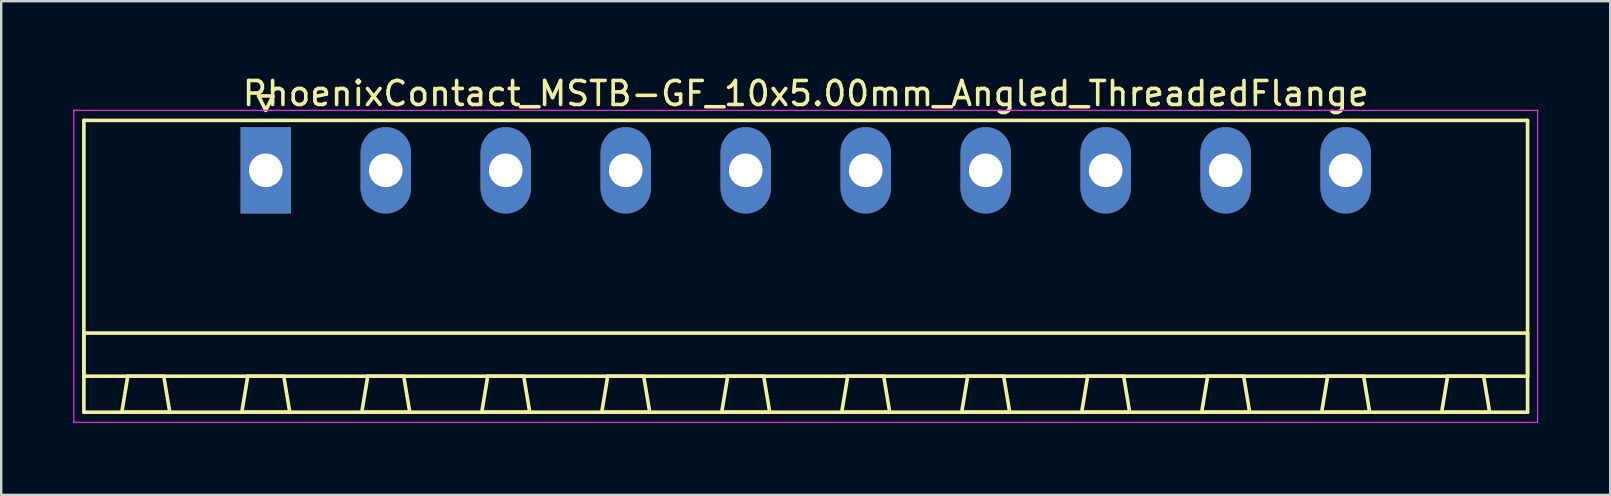
<source format=kicad_pcb>
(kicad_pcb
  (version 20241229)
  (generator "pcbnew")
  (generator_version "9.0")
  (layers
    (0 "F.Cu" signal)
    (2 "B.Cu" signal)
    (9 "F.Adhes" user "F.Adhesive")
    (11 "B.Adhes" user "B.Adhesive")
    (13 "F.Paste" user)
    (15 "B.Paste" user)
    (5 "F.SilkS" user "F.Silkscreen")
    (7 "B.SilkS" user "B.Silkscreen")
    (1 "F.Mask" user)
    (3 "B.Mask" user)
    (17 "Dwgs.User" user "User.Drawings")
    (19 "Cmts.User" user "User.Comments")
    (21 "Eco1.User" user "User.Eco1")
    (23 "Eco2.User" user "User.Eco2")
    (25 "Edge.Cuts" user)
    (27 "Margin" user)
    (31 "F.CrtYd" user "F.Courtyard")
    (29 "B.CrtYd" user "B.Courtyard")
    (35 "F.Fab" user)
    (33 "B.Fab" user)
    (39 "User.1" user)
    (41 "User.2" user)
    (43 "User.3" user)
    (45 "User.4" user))
  (footprint "PhoenixContact_MSTB-GF_10x5.00mm_Angled_ThreadedFlange"
    (layer "F.Cu")
    (at 8.025 4.048)
    (property "Reference" "PhoenixContact_MSTB-GF_10x5.00mm_Angled_ThreadedFlange" (at 22.5 -3.2 0) (layer "F.SilkS") (effects (font (size 1 1) (thickness 0.15))))
    (attr through_hole)
    (fp_line (start -7.58 -2.08) (end -7.58 10.08) (stroke (width 0.15) (type solid)) (layer "F.SilkS"))
    (fp_line (start -7.58 6.78) (end 52.58 6.78) (stroke (width 0.15) (type solid)) (layer "F.SilkS"))
    (fp_line (start -7.58 8.58) (end -7.58 6.78) (stroke (width 0.15) (type solid)) (layer "F.SilkS"))
    (fp_line (start -7.58 10.08) (end 52.58 10.08) (stroke (width 0.15) (type solid)) (layer "F.SilkS"))
    (fp_line (start -6 10.08) (end -4 10.08) (stroke (width 0.15) (type solid)) (layer "F.SilkS"))
    (fp_line (start -5.75 8.58) (end -6 10.08) (stroke (width 0.15) (type solid)) (layer "F.SilkS"))
    (fp_line (start -4.25 8.58) (end -5.75 8.58) (stroke (width 0.15) (type solid)) (layer "F.SilkS"))
    (fp_line (start -4 10.08) (end -4.25 8.58) (stroke (width 0.15) (type solid)) (layer "F.SilkS"))
    (fp_line (start -1 10.08) (end 1 10.08) (stroke (width 0.15) (type solid)) (layer "F.SilkS"))
    (fp_line (start -0.75 8.58) (end -1 10.08) (stroke (width 0.15) (type solid)) (layer "F.SilkS"))
    (fp_line (start -0.3 -3.1) (end 0 -2.5) (stroke (width 0.15) (type solid)) (layer "F.SilkS"))
    (fp_line (start 0 -2.5) (end 0.3 -3.1) (stroke (width 0.15) (type solid)) (layer "F.SilkS"))
    (fp_line (start 0.3 -3.1) (end -0.3 -3.1) (stroke (width 0.15) (type solid)) (layer "F.SilkS"))
    (fp_line (start 0.75 8.58) (end -0.75 8.58) (stroke (width 0.15) (type solid)) (layer "F.SilkS"))
    (fp_line (start 1 10.08) (end 0.75 8.58) (stroke (width 0.15) (type solid)) (layer "F.SilkS"))
    (fp_line (start 4 10.08) (end 6 10.08) (stroke (width 0.15) (type solid)) (layer "F.SilkS"))
    (fp_line (start 4.25 8.58) (end 4 10.08) (stroke (width 0.15) (type solid)) (layer "F.SilkS"))
    (fp_line (start 5.75 8.58) (end 4.25 8.58) (stroke (width 0.15) (type solid)) (layer "F.SilkS"))
    (fp_line (start 6 10.08) (end 5.75 8.58) (stroke (width 0.15) (type solid)) (layer "F.SilkS"))
    (fp_line (start 9 10.08) (end 11 10.08) (stroke (width 0.15) (type solid)) (layer "F.SilkS"))
    (fp_line (start 9.25 8.58) (end 9 10.08) (stroke (width 0.15) (type solid)) (layer "F.SilkS"))
    (fp_line (start 10.75 8.58) (end 9.25 8.58) (stroke (width 0.15) (type solid)) (layer "F.SilkS"))
    (fp_line (start 11 10.08) (end 10.75 8.58) (stroke (width 0.15) (type solid)) (layer "F.SilkS"))
    (fp_line (start 14 10.08) (end 16 10.08) (stroke (width 0.15) (type solid)) (layer "F.SilkS"))
    (fp_line (start 14.25 8.58) (end 14 10.08) (stroke (width 0.15) (type solid)) (layer "F.SilkS"))
    (fp_line (start 15.75 8.58) (end 14.25 8.58) (stroke (width 0.15) (type solid)) (layer "F.SilkS"))
    (fp_line (start 16 10.08) (end 15.75 8.58) (stroke (width 0.15) (type solid)) (layer "F.SilkS"))
    (fp_line (start 19 10.08) (end 21 10.08) (stroke (width 0.15) (type solid)) (layer "F.SilkS"))
    (fp_line (start 19.25 8.58) (end 19 10.08) (stroke (width 0.15) (type solid)) (layer "F.SilkS"))
    (fp_line (start 20.75 8.58) (end 19.25 8.58) (stroke (width 0.15) (type solid)) (layer "F.SilkS"))
    (fp_line (start 21 10.08) (end 20.75 8.58) (stroke (width 0.15) (type solid)) (layer "F.SilkS"))
    (fp_line (start 24 10.08) (end 26 10.08) (stroke (width 0.15) (type solid)) (layer "F.SilkS"))
    (fp_line (start 24.25 8.58) (end 24 10.08) (stroke (width 0.15) (type solid)) (layer "F.SilkS"))
    (fp_line (start 25.75 8.58) (end 24.25 8.58) (stroke (width 0.15) (type solid)) (layer "F.SilkS"))
    (fp_line (start 26 10.08) (end 25.75 8.58) (stroke (width 0.15) (type solid)) (layer "F.SilkS"))
    (fp_line (start 29 10.08) (end 31 10.08) (stroke (width 0.15) (type solid)) (layer "F.SilkS"))
    (fp_line (start 29.25 8.58) (end 29 10.08) (stroke (width 0.15) (type solid)) (layer "F.SilkS"))
    (fp_line (start 30.75 8.58) (end 29.25 8.58) (stroke (width 0.15) (type solid)) (layer "F.SilkS"))
    (fp_line (start 31 10.08) (end 30.75 8.58) (stroke (width 0.15) (type solid)) (layer "F.SilkS"))
    (fp_line (start 34 10.08) (end 36 10.08) (stroke (width 0.15) (type solid)) (layer "F.SilkS"))
    (fp_line (start 34.25 8.58) (end 34 10.08) (stroke (width 0.15) (type solid)) (layer "F.SilkS"))
    (fp_line (start 35.75 8.58) (end 34.25 8.58) (stroke (width 0.15) (type solid)) (layer "F.SilkS"))
    (fp_line (start 36 10.08) (end 35.75 8.58) (stroke (width 0.15) (type solid)) (layer "F.SilkS"))
    (fp_line (start 39 10.08) (end 41 10.08) (stroke (width 0.15) (type solid)) (layer "F.SilkS"))
    (fp_line (start 39.25 8.58) (end 39 10.08) (stroke (width 0.15) (type solid)) (layer "F.SilkS"))
    (fp_line (start 40.75 8.58) (end 39.25 8.58) (stroke (width 0.15) (type solid)) (layer "F.SilkS"))
    (fp_line (start 41 10.08) (end 40.75 8.58) (stroke (width 0.15) (type solid)) (layer "F.SilkS"))
    (fp_line (start 44 10.08) (end 46 10.08) (stroke (width 0.15) (type solid)) (layer "F.SilkS"))
    (fp_line (start 44.25 8.58) (end 44 10.08) (stroke (width 0.15) (type solid)) (layer "F.SilkS"))
    (fp_line (start 45.75 8.58) (end 44.25 8.58) (stroke (width 0.15) (type solid)) (layer "F.SilkS"))
    (fp_line (start 46 10.08) (end 45.75 8.58) (stroke (width 0.15) (type solid)) (layer "F.SilkS"))
    (fp_line (start 49 10.08) (end 51 10.08) (stroke (width 0.15) (type solid)) (layer "F.SilkS"))
    (fp_line (start 49.25 8.58) (end 49 10.08) (stroke (width 0.15) (type solid)) (layer "F.SilkS"))
    (fp_line (start 50.75 8.58) (end 49.25 8.58) (stroke (width 0.15) (type solid)) (layer "F.SilkS"))
    (fp_line (start 51 10.08) (end 50.75 8.58) (stroke (width 0.15) (type solid)) (layer "F.SilkS"))
    (fp_line (start 52.58 -2.08) (end -7.58 -2.08) (stroke (width 0.15) (type solid)) (layer "F.SilkS"))
    (fp_line (start 52.58 6.78) (end 52.58 8.58) (stroke (width 0.15) (type solid)) (layer "F.SilkS"))
    (fp_line (start 52.58 8.58) (end -7.58 8.58) (stroke (width 0.15) (type solid)) (layer "F.SilkS"))
    (fp_line (start 52.58 10.08) (end 52.58 -2.08) (stroke (width 0.15) (type solid)) (layer "F.SilkS"))
    (fp_line (start -8 -2.5) (end -8 10.5) (stroke (width 0.05) (type solid)) (layer "F.CrtYd"))
    (fp_line (start -8 10.5) (end 53 10.5) (stroke (width 0.05) (type solid)) (layer "F.CrtYd"))
    (fp_line (start 53 -2.5) (end -8 -2.5) (stroke (width 0.05) (type solid)) (layer "F.CrtYd"))
    (fp_line (start 53 10.5) (end 53 -2.5) (stroke (width 0.05) (type solid)) (layer "F.CrtYd"))
    (pad "1" thru_hole rect (at 0 0) (size 2.1 3.6) (drill 1.4) (layers "*.Cu" "*.Mask"))
    (pad "2" thru_hole oval (at 5 0) (size 2.1 3.6) (drill 1.4) (layers "*.Cu" "*.Mask"))
    (pad "3" thru_hole oval (at 10 0) (size 2.1 3.6) (drill 1.4) (layers "*.Cu" "*.Mask"))
    (pad "4" thru_hole oval (at 15 0) (size 2.1 3.6) (drill 1.4) (layers "*.Cu" "*.Mask"))
    (pad "5" thru_hole oval (at 20 0) (size 2.1 3.6) (drill 1.4) (layers "*.Cu" "*.Mask"))
    (pad "6" thru_hole oval (at 25 0) (size 2.1 3.6) (drill 1.4) (layers "*.Cu" "*.Mask"))
    (pad "7" thru_hole oval (at 30 0) (size 2.1 3.6) (drill 1.4) (layers "*.Cu" "*.Mask"))
    (pad "8" thru_hole oval (at 35 0) (size 2.1 3.6) (drill 1.4) (layers "*.Cu" "*.Mask"))
    (pad "9" thru_hole oval (at 40 0) (size 2.1 3.6) (drill 1.4) (layers "*.Cu" "*.Mask"))
    (pad "10" thru_hole oval (at 45 0) (size 2.1 3.6) (drill 1.4) (layers "*.Cu" "*.Mask")))
  (gr_rect
    (start -3 -3)
    (end 64.05 17.573)
    (stroke (width 0.1) (type default))
    (fill no)
    (layer "Edge.Cuts")))
</source>
